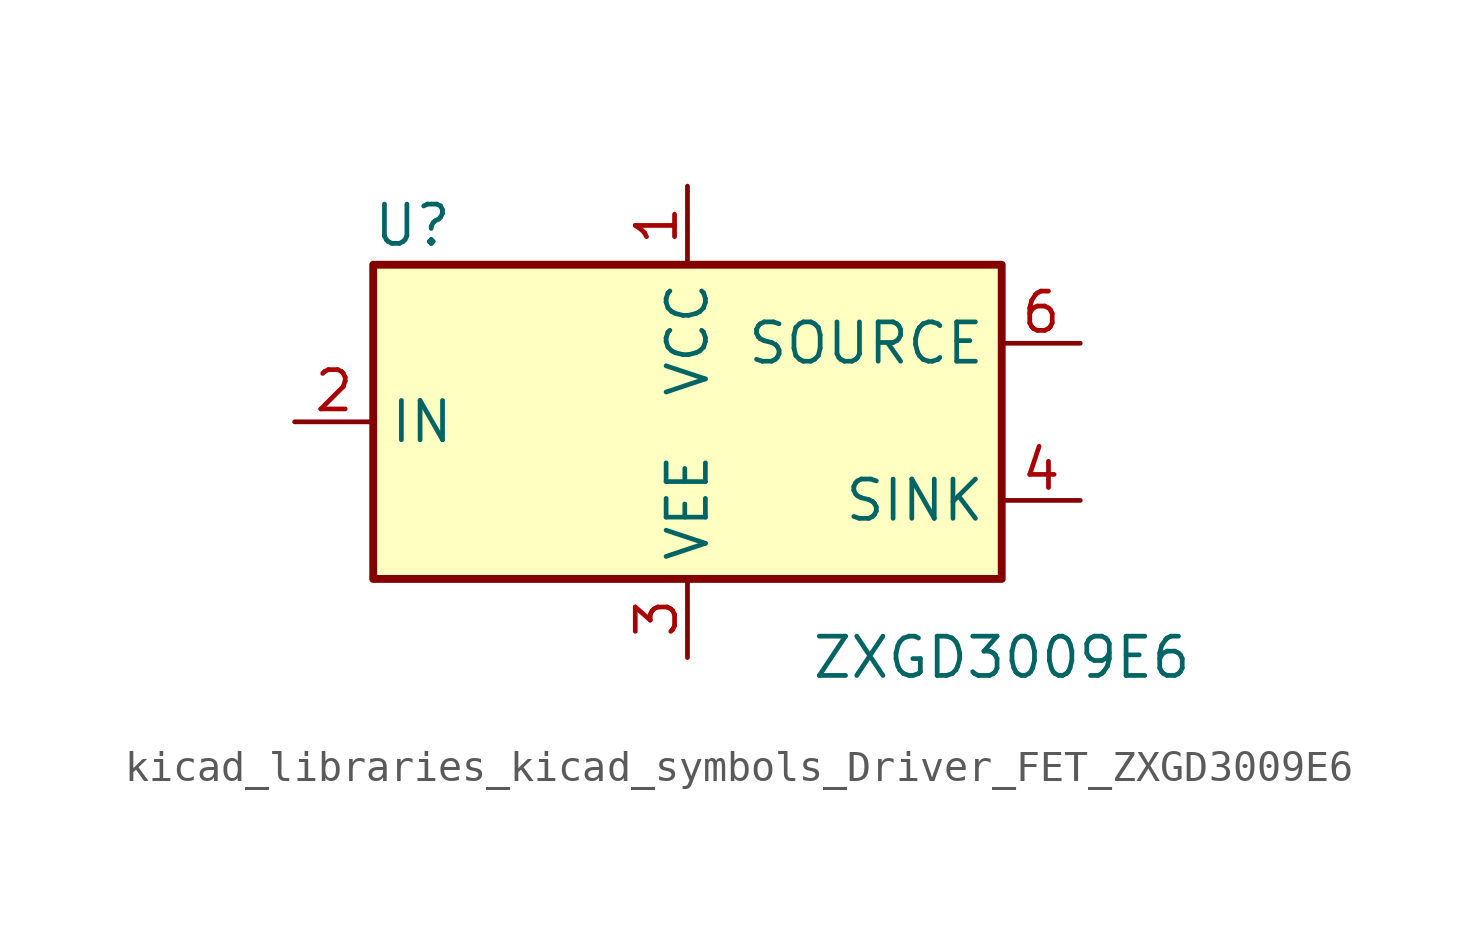
<source format=kicad_sym>
(kicad_symbol_lib
  (version 20220914)
  (generator kicad_symbol_editor)
  (symbol "kicad_libraries_kicad_symbols_Driver_FET_ZXGD3009E6"
    (property "Reference" "U"
      (at -8.89 6.35 0)
      (effects (font (size 1.27 1.27))))
    (property "Value" "ZXGD3009E6"
      (at 10.16 -7.62 0)
      (effects (font (size 1.27 1.27))))
    (symbol "kicad_libraries_kicad_symbols_Driver_FET_ZXGD3009E6_0_1"
      (rectangle (start -10.16 5.08) (end 10.16 -5.08) (stroke (width 0.254) (type default)) (fill (type background))))
    (symbol "kicad_libraries_kicad_symbols_Driver_FET_ZXGD3009E6_1_1"
      (pin power_in line (at 0 7.62 270) (length 2.54) (name "VCC" (effects (font (size 1.27 1.27)))) (number "1" (effects (font (size 1.27 1.27)))))
      (pin input line (at -12.7 0 0) (length 2.54) (name "IN" (effects (font (size 1.27 1.27)))) (number "2" (effects (font (size 1.27 1.27)))))
      (pin power_in line (at 0 -7.62 90) (length 2.54) (name "VEE" (effects (font (size 1.27 1.27)))) (number "3" (effects (font (size 1.27 1.27)))))
      (pin open_collector line (at 12.7 -2.54 180) (length 2.54) (name "SINK" (effects (font (size 1.27 1.27)))) (number "4" (effects (font (size 1.27 1.27)))))
      (pin no_connect line (at 10.16 0 180) (length 2.54) hide (name "NC" (effects (font (size 1.27 1.27)))) (number "5" (effects (font (size 1.27 1.27)))))
      (pin open_emitter line (at 12.7 2.54 180) (length 2.54) (name "SOURCE" (effects (font (size 1.27 1.27)))) (number "6" (effects (font (size 1.27 1.27))))))))
</source>
